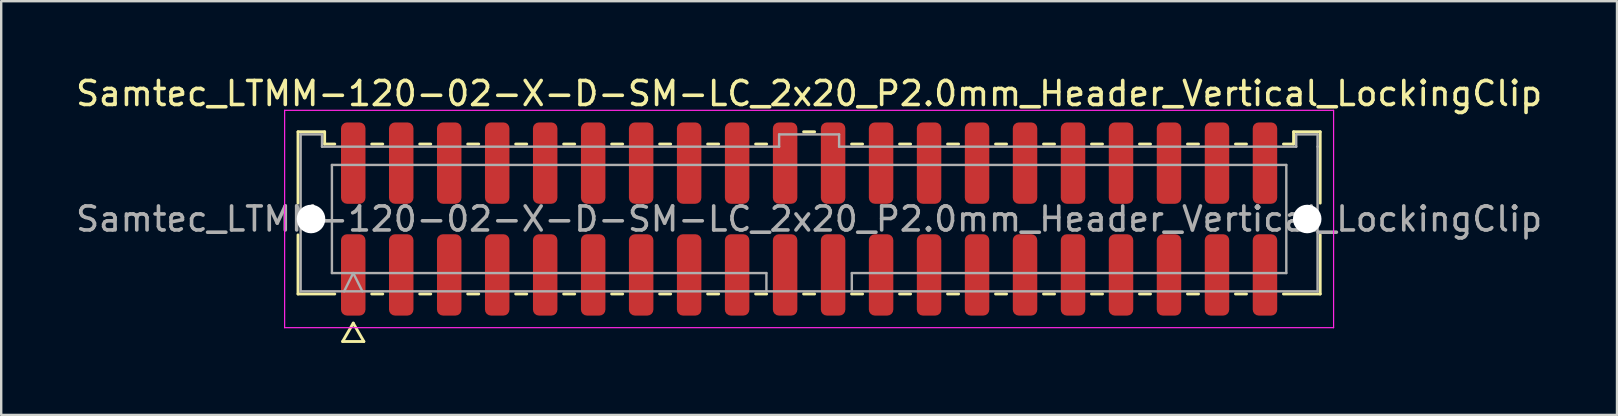
<source format=kicad_pcb>
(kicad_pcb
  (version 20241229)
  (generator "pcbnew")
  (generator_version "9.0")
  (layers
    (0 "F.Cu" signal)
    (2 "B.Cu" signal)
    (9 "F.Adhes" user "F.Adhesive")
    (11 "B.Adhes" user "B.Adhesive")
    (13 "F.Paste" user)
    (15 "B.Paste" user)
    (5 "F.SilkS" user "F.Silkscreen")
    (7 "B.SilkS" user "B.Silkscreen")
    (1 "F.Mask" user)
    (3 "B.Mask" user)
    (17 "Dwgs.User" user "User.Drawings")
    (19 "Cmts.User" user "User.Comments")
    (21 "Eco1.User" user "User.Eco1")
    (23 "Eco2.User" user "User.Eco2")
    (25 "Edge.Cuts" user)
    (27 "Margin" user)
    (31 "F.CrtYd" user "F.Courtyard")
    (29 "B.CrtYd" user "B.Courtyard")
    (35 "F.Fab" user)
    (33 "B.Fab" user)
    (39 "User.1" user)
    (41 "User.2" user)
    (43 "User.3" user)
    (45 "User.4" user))
  (footprint "Samtec_LTMM-120-02-X-D-SM-LC_2x20_P2.0mm_Header_Vertical_LockingClip"
    (layer "F.Cu")
    (at 30.673 6.078)
    (property "Reference" "Samtec_LTMM-120-02-X-D-SM-LC_2x20_P2.0mm_Header_Vertical_LockingClip" (at 0 -5.23 0) (layer "F.SilkS") (effects (font (size 1 1) (thickness 0.15))))
    (attr smd)
    (fp_line (start -21.302 -3.635) (end -20.192 -3.635) (stroke (width 0.12) (type solid)) (layer "F.SilkS"))
    (fp_line (start -21.302 -0.662) (end -21.302 -3.635) (stroke (width 0.12) (type solid)) (layer "F.SilkS"))
    (fp_line (start -21.302 3.125) (end -21.302 0.662) (stroke (width 0.12) (type solid)) (layer "F.SilkS"))
    (fp_line (start -20.192 -3.635) (end -20.192 -3.125) (stroke (width 0.12) (type solid)) (layer "F.SilkS"))
    (fp_line (start -20.192 -3.125) (end -19.77 -3.125) (stroke (width 0.12) (type solid)) (layer "F.SilkS"))
    (fp_line (start -19.77 3.125) (end -21.302 3.125) (stroke (width 0.12) (type solid)) (layer "F.SilkS"))
    (fp_line (start -19.442 5.105) (end -19 4.34) (stroke (width 0.12) (type solid)) (layer "F.SilkS"))
    (fp_line (start -19 4.34) (end -18.558 5.105) (stroke (width 0.12) (type solid)) (layer "F.SilkS"))
    (fp_line (start -18.558 5.105) (end -19.442 5.105) (stroke (width 0.12) (type solid)) (layer "F.SilkS"))
    (fp_line (start -18.23 -3.125) (end -17.77 -3.125) (stroke (width 0.12) (type solid)) (layer "F.SilkS"))
    (fp_line (start -17.77 3.125) (end -18.23 3.125) (stroke (width 0.12) (type solid)) (layer "F.SilkS"))
    (fp_line (start -16.23 -3.125) (end -15.77 -3.125) (stroke (width 0.12) (type solid)) (layer "F.SilkS"))
    (fp_line (start -15.77 3.125) (end -16.23 3.125) (stroke (width 0.12) (type solid)) (layer "F.SilkS"))
    (fp_line (start -14.23 -3.125) (end -13.77 -3.125) (stroke (width 0.12) (type solid)) (layer "F.SilkS"))
    (fp_line (start -13.77 3.125) (end -14.23 3.125) (stroke (width 0.12) (type solid)) (layer "F.SilkS"))
    (fp_line (start -12.23 -3.125) (end -11.77 -3.125) (stroke (width 0.12) (type solid)) (layer "F.SilkS"))
    (fp_line (start -11.77 3.125) (end -12.23 3.125) (stroke (width 0.12) (type solid)) (layer "F.SilkS"))
    (fp_line (start -10.23 -3.125) (end -9.77 -3.125) (stroke (width 0.12) (type solid)) (layer "F.SilkS"))
    (fp_line (start -9.77 3.125) (end -10.23 3.125) (stroke (width 0.12) (type solid)) (layer "F.SilkS"))
    (fp_line (start -8.23 -3.125) (end -7.77 -3.125) (stroke (width 0.12) (type solid)) (layer "F.SilkS"))
    (fp_line (start -7.77 3.125) (end -8.23 3.125) (stroke (width 0.12) (type solid)) (layer "F.SilkS"))
    (fp_line (start -6.23 -3.125) (end -5.77 -3.125) (stroke (width 0.12) (type solid)) (layer "F.SilkS"))
    (fp_line (start -5.77 3.125) (end -6.23 3.125) (stroke (width 0.12) (type solid)) (layer "F.SilkS"))
    (fp_line (start -4.23 -3.125) (end -3.77 -3.125) (stroke (width 0.12) (type solid)) (layer "F.SilkS"))
    (fp_line (start -3.77 3.125) (end -4.23 3.125) (stroke (width 0.12) (type solid)) (layer "F.SilkS"))
    (fp_line (start -2.23 -3.125) (end -1.77 -3.125) (stroke (width 0.12) (type solid)) (layer "F.SilkS"))
    (fp_line (start -1.77 3.125) (end -2.23 3.125) (stroke (width 0.12) (type solid)) (layer "F.SilkS"))
    (fp_line (start -0.23 -3.635) (end 0.23 -3.635) (stroke (width 0.12) (type solid)) (layer "F.SilkS"))
    (fp_line (start 0.23 3.125) (end -0.23 3.125) (stroke (width 0.12) (type solid)) (layer "F.SilkS"))
    (fp_line (start 1.77 -3.125) (end 2.23 -3.125) (stroke (width 0.12) (type solid)) (layer "F.SilkS"))
    (fp_line (start 2.23 3.125) (end 1.77 3.125) (stroke (width 0.12) (type solid)) (layer "F.SilkS"))
    (fp_line (start 3.77 -3.125) (end 4.23 -3.125) (stroke (width 0.12) (type solid)) (layer "F.SilkS"))
    (fp_line (start 4.23 3.125) (end 3.77 3.125) (stroke (width 0.12) (type solid)) (layer "F.SilkS"))
    (fp_line (start 5.77 -3.125) (end 6.23 -3.125) (stroke (width 0.12) (type solid)) (layer "F.SilkS"))
    (fp_line (start 6.23 3.125) (end 5.77 3.125) (stroke (width 0.12) (type solid)) (layer "F.SilkS"))
    (fp_line (start 7.77 -3.125) (end 8.23 -3.125) (stroke (width 0.12) (type solid)) (layer "F.SilkS"))
    (fp_line (start 8.23 3.125) (end 7.77 3.125) (stroke (width 0.12) (type solid)) (layer "F.SilkS"))
    (fp_line (start 9.77 -3.125) (end 10.23 -3.125) (stroke (width 0.12) (type solid)) (layer "F.SilkS"))
    (fp_line (start 10.23 3.125) (end 9.77 3.125) (stroke (width 0.12) (type solid)) (layer "F.SilkS"))
    (fp_line (start 11.77 -3.125) (end 12.23 -3.125) (stroke (width 0.12) (type solid)) (layer "F.SilkS"))
    (fp_line (start 12.23 3.125) (end 11.77 3.125) (stroke (width 0.12) (type solid)) (layer "F.SilkS"))
    (fp_line (start 13.77 -3.125) (end 14.23 -3.125) (stroke (width 0.12) (type solid)) (layer "F.SilkS"))
    (fp_line (start 14.23 3.125) (end 13.77 3.125) (stroke (width 0.12) (type solid)) (layer "F.SilkS"))
    (fp_line (start 15.77 -3.125) (end 16.23 -3.125) (stroke (width 0.12) (type solid)) (layer "F.SilkS"))
    (fp_line (start 16.23 3.125) (end 15.77 3.125) (stroke (width 0.12) (type solid)) (layer "F.SilkS"))
    (fp_line (start 17.77 -3.125) (end 18.23 -3.125) (stroke (width 0.12) (type solid)) (layer "F.SilkS"))
    (fp_line (start 18.23 3.125) (end 17.77 3.125) (stroke (width 0.12) (type solid)) (layer "F.SilkS"))
    (fp_line (start 19.77 -3.125) (end 20.192 -3.125) (stroke (width 0.12) (type solid)) (layer "F.SilkS"))
    (fp_line (start 20.192 -3.635) (end 21.302 -3.635) (stroke (width 0.12) (type solid)) (layer "F.SilkS"))
    (fp_line (start 20.192 -3.125) (end 20.192 -3.635) (stroke (width 0.12) (type solid)) (layer "F.SilkS"))
    (fp_line (start 21.302 -3.635) (end 21.302 -0.662) (stroke (width 0.12) (type solid)) (layer "F.SilkS"))
    (fp_line (start 21.302 0.662) (end 21.302 3.125) (stroke (width 0.12) (type solid)) (layer "F.SilkS"))
    (fp_line (start 21.302 3.125) (end 19.77 3.125) (stroke (width 0.12) (type solid)) (layer "F.SilkS"))
    (fp_line (start -21.86 -4.53) (end -21.86 4.53) (stroke (width 0.05) (type solid)) (layer "F.CrtYd"))
    (fp_line (start -21.86 4.53) (end 21.86 4.53) (stroke (width 0.05) (type solid)) (layer "F.CrtYd"))
    (fp_line (start 21.86 -4.53) (end -21.86 -4.53) (stroke (width 0.05) (type solid)) (layer "F.CrtYd"))
    (fp_line (start 21.86 4.53) (end 21.86 -4.53) (stroke (width 0.05) (type solid)) (layer "F.CrtYd"))
    (fp_line (start -21.192 -3.525) (end -20.302 -3.525) (stroke (width 0.1) (type solid)) (layer "F.Fab"))
    (fp_line (start -21.192 3.015) (end -21.192 -3.525) (stroke (width 0.1) (type solid)) (layer "F.Fab"))
    (fp_line (start -20.302 -3.525) (end -20.302 -3.015) (stroke (width 0.1) (type solid)) (layer "F.Fab"))
    (fp_line (start -20.302 -3.015) (end -1.25 -3.015) (stroke (width 0.1) (type solid)) (layer "F.Fab"))
    (fp_line (start -19.889 -2.253) (end 19.889 -2.253) (stroke (width 0.1) (type solid)) (layer "F.Fab"))
    (fp_line (start -19.889 2.253) (end -19.889 -2.253) (stroke (width 0.1) (type solid)) (layer "F.Fab"))
    (fp_line (start -19.381 3.015) (end -19 2.253) (stroke (width 0.1) (type solid)) (layer "F.Fab"))
    (fp_line (start -19 2.253) (end -18.619 3.015) (stroke (width 0.1) (type solid)) (layer "F.Fab"))
    (fp_line (start -1.78 2.253) (end -19.889 2.253) (stroke (width 0.1) (type solid)) (layer "F.Fab"))
    (fp_line (start -1.78 3.015) (end -1.78 2.253) (stroke (width 0.1) (type solid)) (layer "F.Fab"))
    (fp_line (start -1.25 -3.525) (end 1.25 -3.525) (stroke (width 0.1) (type solid)) (layer "F.Fab"))
    (fp_line (start -1.25 -3.015) (end -1.25 -3.525) (stroke (width 0.1) (type solid)) (layer "F.Fab"))
    (fp_line (start 1.25 -3.525) (end 1.25 -3.015) (stroke (width 0.1) (type solid)) (layer "F.Fab"))
    (fp_line (start 1.25 -3.015) (end 20.302 -3.015) (stroke (width 0.1) (type solid)) (layer "F.Fab"))
    (fp_line (start 1.78 2.253) (end 1.78 3.015) (stroke (width 0.1) (type solid)) (layer "F.Fab"))
    (fp_line (start 19.889 -2.253) (end 19.889 2.253) (stroke (width 0.1) (type solid)) (layer "F.Fab"))
    (fp_line (start 19.889 2.253) (end 1.78 2.253) (stroke (width 0.1) (type solid)) (layer "F.Fab"))
    (fp_line (start 20.302 -3.525) (end 21.192 -3.525) (stroke (width 0.1) (type solid)) (layer "F.Fab"))
    (fp_line (start 20.302 -3.015) (end 20.302 -3.525) (stroke (width 0.1) (type solid)) (layer "F.Fab"))
    (fp_line (start 21.192 -3.525) (end 21.192 -3.015) (stroke (width 0.1) (type solid)) (layer "F.Fab"))
    (fp_line (start 21.192 -3.015) (end 21.192 3.015) (stroke (width 0.1) (type solid)) (layer "F.Fab"))
    (fp_line (start 21.192 3.015) (end -21.192 3.015) (stroke (width 0.1) (type solid)) (layer "F.Fab"))
    (fp_text user "${REFERENCE}" (at 0 0 0) (layer "F.Fab") (effects (font (size 1 1) (thickness 0.15))))
    (pad "" np_thru_hole circle (at -20.76 0) (size 1.19 1.19) (drill 1.19) (layers "*.Cu" "*.Mask"))
    (pad "" np_thru_hole circle (at 20.76 0) (size 1.19 1.19) (drill 1.19) (layers "*.Cu" "*.Mask"))
    (pad "1" smd roundrect (at -19 2.33) (size 1.02 3.39) (layers "F.Cu" "F.Mask" "F.Paste") (roundrect_rratio 0.245))
    (pad "2" smd roundrect (at -19 -2.33) (size 1.02 3.39) (layers "F.Cu" "F.Mask" "F.Paste") (roundrect_rratio 0.245))
    (pad "3" smd roundrect (at -17 2.33) (size 1.02 3.39) (layers "F.Cu" "F.Mask" "F.Paste") (roundrect_rratio 0.245))
    (pad "4" smd roundrect (at -17 -2.33) (size 1.02 3.39) (layers "F.Cu" "F.Mask" "F.Paste") (roundrect_rratio 0.245))
    (pad "5" smd roundrect (at -15 2.33) (size 1.02 3.39) (layers "F.Cu" "F.Mask" "F.Paste") (roundrect_rratio 0.245))
    (pad "6" smd roundrect (at -15 -2.33) (size 1.02 3.39) (layers "F.Cu" "F.Mask" "F.Paste") (roundrect_rratio 0.245))
    (pad "7" smd roundrect (at -13 2.33) (size 1.02 3.39) (layers "F.Cu" "F.Mask" "F.Paste") (roundrect_rratio 0.245))
    (pad "8" smd roundrect (at -13 -2.33) (size 1.02 3.39) (layers "F.Cu" "F.Mask" "F.Paste") (roundrect_rratio 0.245))
    (pad "9" smd roundrect (at -11 2.33) (size 1.02 3.39) (layers "F.Cu" "F.Mask" "F.Paste") (roundrect_rratio 0.245))
    (pad "10" smd roundrect (at -11 -2.33) (size 1.02 3.39) (layers "F.Cu" "F.Mask" "F.Paste") (roundrect_rratio 0.245))
    (pad "11" smd roundrect (at -9 2.33) (size 1.02 3.39) (layers "F.Cu" "F.Mask" "F.Paste") (roundrect_rratio 0.245))
    (pad "12" smd roundrect (at -9 -2.33) (size 1.02 3.39) (layers "F.Cu" "F.Mask" "F.Paste") (roundrect_rratio 0.245))
    (pad "13" smd roundrect (at -7 2.33) (size 1.02 3.39) (layers "F.Cu" "F.Mask" "F.Paste") (roundrect_rratio 0.245))
    (pad "14" smd roundrect (at -7 -2.33) (size 1.02 3.39) (layers "F.Cu" "F.Mask" "F.Paste") (roundrect_rratio 0.245))
    (pad "15" smd roundrect (at -5 2.33) (size 1.02 3.39) (layers "F.Cu" "F.Mask" "F.Paste") (roundrect_rratio 0.245))
    (pad "16" smd roundrect (at -5 -2.33) (size 1.02 3.39) (layers "F.Cu" "F.Mask" "F.Paste") (roundrect_rratio 0.245))
    (pad "17" smd roundrect (at -3 2.33) (size 1.02 3.39) (layers "F.Cu" "F.Mask" "F.Paste") (roundrect_rratio 0.245))
    (pad "18" smd roundrect (at -3 -2.33) (size 1.02 3.39) (layers "F.Cu" "F.Mask" "F.Paste") (roundrect_rratio 0.245))
    (pad "19" smd roundrect (at -1 2.33) (size 1.02 3.39) (layers "F.Cu" "F.Mask" "F.Paste") (roundrect_rratio 0.245))
    (pad "20" smd roundrect (at -1 -2.33) (size 1.02 3.39) (layers "F.Cu" "F.Mask" "F.Paste") (roundrect_rratio 0.245))
    (pad "21" smd roundrect (at 1 2.33) (size 1.02 3.39) (layers "F.Cu" "F.Mask" "F.Paste") (roundrect_rratio 0.245))
    (pad "22" smd roundrect (at 1 -2.33) (size 1.02 3.39) (layers "F.Cu" "F.Mask" "F.Paste") (roundrect_rratio 0.245))
    (pad "23" smd roundrect (at 3 2.33) (size 1.02 3.39) (layers "F.Cu" "F.Mask" "F.Paste") (roundrect_rratio 0.245))
    (pad "24" smd roundrect (at 3 -2.33) (size 1.02 3.39) (layers "F.Cu" "F.Mask" "F.Paste") (roundrect_rratio 0.245))
    (pad "25" smd roundrect (at 5 2.33) (size 1.02 3.39) (layers "F.Cu" "F.Mask" "F.Paste") (roundrect_rratio 0.245))
    (pad "26" smd roundrect (at 5 -2.33) (size 1.02 3.39) (layers "F.Cu" "F.Mask" "F.Paste") (roundrect_rratio 0.245))
    (pad "27" smd roundrect (at 7 2.33) (size 1.02 3.39) (layers "F.Cu" "F.Mask" "F.Paste") (roundrect_rratio 0.245))
    (pad "28" smd roundrect (at 7 -2.33) (size 1.02 3.39) (layers "F.Cu" "F.Mask" "F.Paste") (roundrect_rratio 0.245))
    (pad "29" smd roundrect (at 9 2.33) (size 1.02 3.39) (layers "F.Cu" "F.Mask" "F.Paste") (roundrect_rratio 0.245))
    (pad "30" smd roundrect (at 9 -2.33) (size 1.02 3.39) (layers "F.Cu" "F.Mask" "F.Paste") (roundrect_rratio 0.245))
    (pad "31" smd roundrect (at 11 2.33) (size 1.02 3.39) (layers "F.Cu" "F.Mask" "F.Paste") (roundrect_rratio 0.245))
    (pad "32" smd roundrect (at 11 -2.33) (size 1.02 3.39) (layers "F.Cu" "F.Mask" "F.Paste") (roundrect_rratio 0.245))
    (pad "33" smd roundrect (at 13 2.33) (size 1.02 3.39) (layers "F.Cu" "F.Mask" "F.Paste") (roundrect_rratio 0.245))
    (pad "34" smd roundrect (at 13 -2.33) (size 1.02 3.39) (layers "F.Cu" "F.Mask" "F.Paste") (roundrect_rratio 0.245))
    (pad "35" smd roundrect (at 15 2.33) (size 1.02 3.39) (layers "F.Cu" "F.Mask" "F.Paste") (roundrect_rratio 0.245))
    (pad "36" smd roundrect (at 15 -2.33) (size 1.02 3.39) (layers "F.Cu" "F.Mask" "F.Paste") (roundrect_rratio 0.245))
    (pad "37" smd roundrect (at 17 2.33) (size 1.02 3.39) (layers "F.Cu" "F.Mask" "F.Paste") (roundrect_rratio 0.245))
    (pad "38" smd roundrect (at 17 -2.33) (size 1.02 3.39) (layers "F.Cu" "F.Mask" "F.Paste") (roundrect_rratio 0.245))
    (pad "39" smd roundrect (at 19 2.33) (size 1.02 3.39) (layers "F.Cu" "F.Mask" "F.Paste") (roundrect_rratio 0.245))
    (pad "40" smd roundrect (at 19 -2.33) (size 1.02 3.39) (layers "F.Cu" "F.Mask" "F.Paste") (roundrect_rratio 0.245)))
  (gr_rect
    (start -3 -3)
    (end 64.345 14.243)
    (stroke (width 0.1) (type default))
    (fill no)
    (layer "Edge.Cuts")))
</source>
